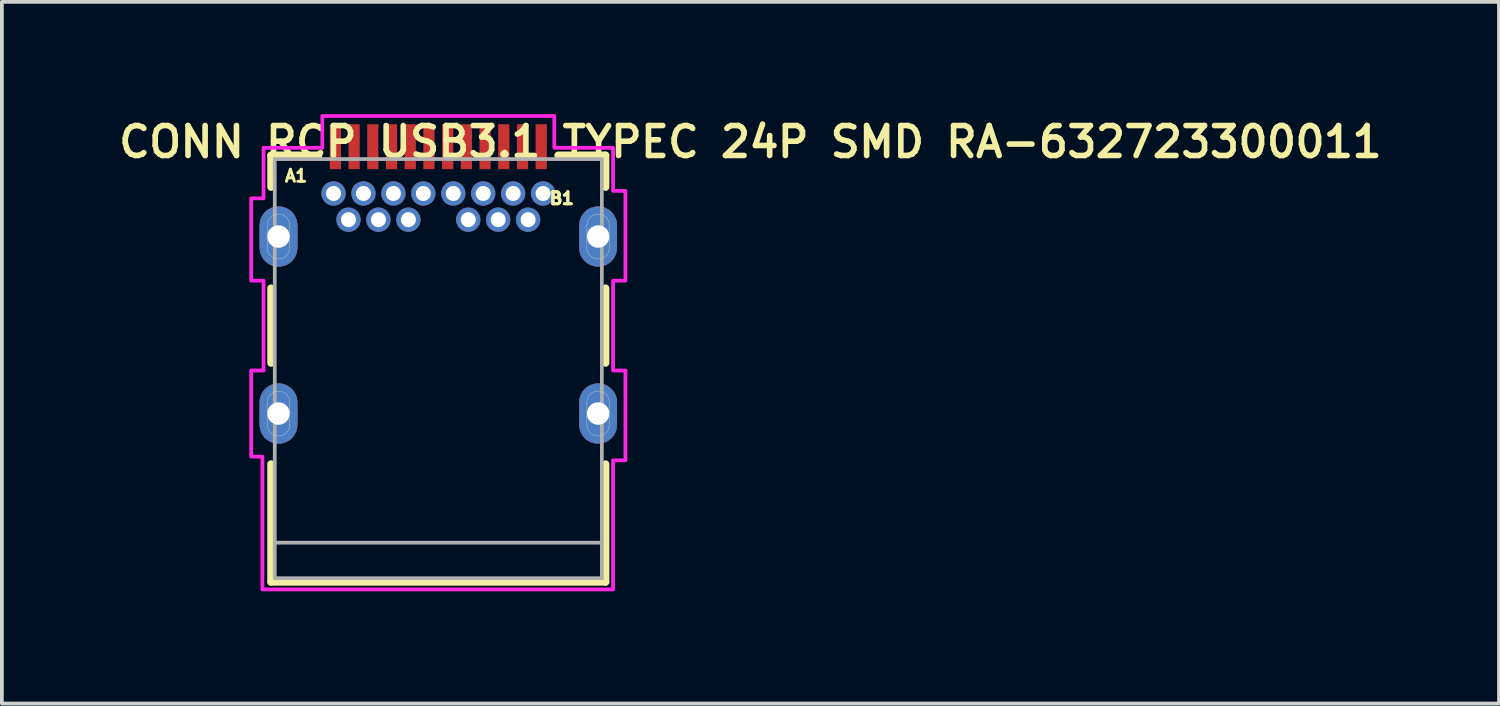
<source format=kicad_pcb>
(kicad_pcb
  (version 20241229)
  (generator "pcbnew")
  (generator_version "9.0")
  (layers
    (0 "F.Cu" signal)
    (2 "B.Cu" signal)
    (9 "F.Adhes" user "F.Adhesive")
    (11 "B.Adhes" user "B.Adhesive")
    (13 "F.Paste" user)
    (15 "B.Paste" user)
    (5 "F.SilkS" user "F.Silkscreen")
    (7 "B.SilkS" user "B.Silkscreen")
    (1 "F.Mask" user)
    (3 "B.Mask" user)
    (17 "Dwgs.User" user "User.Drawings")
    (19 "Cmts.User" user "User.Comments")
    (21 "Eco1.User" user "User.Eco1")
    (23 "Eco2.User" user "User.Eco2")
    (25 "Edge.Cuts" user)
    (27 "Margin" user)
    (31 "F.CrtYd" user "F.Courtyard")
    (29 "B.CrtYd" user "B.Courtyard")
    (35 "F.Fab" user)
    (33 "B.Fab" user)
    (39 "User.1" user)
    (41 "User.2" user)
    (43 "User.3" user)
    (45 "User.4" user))
  (footprint "CONN RCP USB3.1 TYPEC 24P SMD RA-632723300011"
    (layer "F.Cu")
    (at 8.662 6.8)
    (property "Reference" "CONN RCP USB3.1 TYPEC 24P SMD RA-632723300011" (at 8.34 -6.058 0) (layer "F.SilkS") (effects (font (size 0.8 0.8) (thickness 0.15))))
    (attr through_hole)
    (fp_poly (pts (xy -4.77 0.9) (xy -4.77 1.5) (xy -4.767 1.552) (xy -4.759 1.604) (xy -4.746 1.655) (xy -4.727 1.703) (xy -4.703 1.75) (xy -4.675 1.794) (xy -4.642 1.835) (xy -4.605 1.872) (xy -4.564 1.905) (xy -4.52 1.933) (xy -4.473 1.957) (xy -4.425 1.976) (xy -4.374 1.989) (xy -4.322 1.997) (xy -4.27 2) (xy -4.218 1.997) (xy -4.166 1.989) (xy -4.115 1.976) (xy -4.067 1.957) (xy -4.02 1.933) (xy -3.976 1.905) (xy -3.935 1.872) (xy -3.898 1.835) (xy -3.865 1.794) (xy -3.837 1.75) (xy -3.813 1.703) (xy -3.794 1.655) (xy -3.781 1.604) (xy -3.773 1.552) (xy -3.77 1.5) (xy -3.77 0.9) (xy -3.773 0.848) (xy -3.781 0.796) (xy -3.794 0.745) (xy -3.813 0.697) (xy -3.837 0.65) (xy -3.865 0.606) (xy -3.898 0.565) (xy -3.935 0.528) (xy -3.976 0.495) (xy -4.02 0.467) (xy -4.067 0.443) (xy -4.115 0.424) (xy -4.166 0.411) (xy -4.218 0.403) (xy -4.27 0.4) (xy -4.322 0.403) (xy -4.374 0.411) (xy -4.425 0.424) (xy -4.473 0.443) (xy -4.52 0.467) (xy -4.564 0.495) (xy -4.605 0.528) (xy -4.642 0.565) (xy -4.675 0.606) (xy -4.703 0.65) (xy -4.727 0.697) (xy -4.746 0.745) (xy -4.759 0.796) (xy -4.767 0.848) (xy -4.77 0.9)) (stroke (width 0.01) (type solid)) (fill yes) (layer "F.Cu"))
    (fp_poly (pts (xy -3.77 -3.23) (xy -3.773 -3.178) (xy -3.781 -3.126) (xy -3.794 -3.075) (xy -3.813 -3.027) (xy -3.837 -2.98) (xy -3.865 -2.936) (xy -3.898 -2.895) (xy -3.935 -2.858) (xy -3.976 -2.825) (xy -4.02 -2.797) (xy -4.067 -2.773) (xy -4.115 -2.754) (xy -4.166 -2.741) (xy -4.218 -2.733) (xy -4.27 -2.73) (xy -4.322 -2.733) (xy -4.374 -2.741) (xy -4.425 -2.754) (xy -4.473 -2.773) (xy -4.52 -2.797) (xy -4.564 -2.825) (xy -4.605 -2.858) (xy -4.642 -2.895) (xy -4.675 -2.936) (xy -4.703 -2.98) (xy -4.727 -3.027) (xy -4.746 -3.075) (xy -4.759 -3.126) (xy -4.767 -3.178) (xy -4.77 -3.23) (xy -4.77 -3.83) (xy -4.767 -3.882) (xy -4.759 -3.934) (xy -4.746 -3.985) (xy -4.727 -4.033) (xy -4.703 -4.08) (xy -4.675 -4.124) (xy -4.642 -4.165) (xy -4.605 -4.202) (xy -4.564 -4.235) (xy -4.52 -4.263) (xy -4.473 -4.287) (xy -4.425 -4.306) (xy -4.374 -4.319) (xy -4.322 -4.327) (xy -4.27 -4.33) (xy -4.218 -4.327) (xy -4.166 -4.319) (xy -4.115 -4.306) (xy -4.067 -4.287) (xy -4.02 -4.263) (xy -3.976 -4.235) (xy -3.935 -4.202) (xy -3.898 -4.165) (xy -3.865 -4.124) (xy -3.837 -4.08) (xy -3.813 -4.033) (xy -3.794 -3.985) (xy -3.781 -3.934) (xy -3.773 -3.882) (xy -3.77 -3.83) (xy -3.77 -3.23)) (stroke (width 0.01) (type solid)) (fill yes) (layer "F.Cu"))
    (fp_poly (pts (xy 3.77 0.9) (xy 3.77 1.5) (xy 3.773 1.552) (xy 3.781 1.604) (xy 3.794 1.655) (xy 3.813 1.703) (xy 3.837 1.75) (xy 3.865 1.794) (xy 3.898 1.835) (xy 3.935 1.872) (xy 3.976 1.905) (xy 4.02 1.933) (xy 4.067 1.957) (xy 4.115 1.976) (xy 4.166 1.989) (xy 4.218 1.997) (xy 4.27 2) (xy 4.322 1.997) (xy 4.374 1.989) (xy 4.425 1.976) (xy 4.473 1.957) (xy 4.52 1.933) (xy 4.564 1.905) (xy 4.605 1.872) (xy 4.642 1.835) (xy 4.675 1.794) (xy 4.703 1.75) (xy 4.727 1.703) (xy 4.746 1.655) (xy 4.759 1.604) (xy 4.767 1.552) (xy 4.77 1.5) (xy 4.77 0.9) (xy 4.767 0.848) (xy 4.759 0.796) (xy 4.746 0.745) (xy 4.727 0.697) (xy 4.703 0.65) (xy 4.675 0.606) (xy 4.642 0.565) (xy 4.605 0.528) (xy 4.564 0.495) (xy 4.52 0.467) (xy 4.473 0.443) (xy 4.425 0.424) (xy 4.374 0.411) (xy 4.322 0.403) (xy 4.27 0.4) (xy 4.218 0.403) (xy 4.166 0.411) (xy 4.115 0.424) (xy 4.067 0.443) (xy 4.02 0.467) (xy 3.976 0.495) (xy 3.935 0.528) (xy 3.898 0.565) (xy 3.865 0.606) (xy 3.837 0.65) (xy 3.813 0.697) (xy 3.794 0.745) (xy 3.781 0.796) (xy 3.773 0.848) (xy 3.77 0.9)) (stroke (width 0.01) (type solid)) (fill yes) (layer "F.Cu"))
    (fp_poly (pts (xy 4.77 -3.23) (xy 4.767 -3.178) (xy 4.759 -3.126) (xy 4.746 -3.075) (xy 4.727 -3.027) (xy 4.703 -2.98) (xy 4.675 -2.936) (xy 4.642 -2.895) (xy 4.605 -2.858) (xy 4.564 -2.825) (xy 4.52 -2.797) (xy 4.473 -2.773) (xy 4.425 -2.754) (xy 4.374 -2.741) (xy 4.322 -2.733) (xy 4.27 -2.73) (xy 4.218 -2.733) (xy 4.166 -2.741) (xy 4.115 -2.754) (xy 4.067 -2.773) (xy 4.02 -2.797) (xy 3.976 -2.825) (xy 3.935 -2.858) (xy 3.898 -2.895) (xy 3.865 -2.936) (xy 3.837 -2.98) (xy 3.813 -3.027) (xy 3.794 -3.075) (xy 3.781 -3.126) (xy 3.773 -3.178) (xy 3.77 -3.23) (xy 3.77 -3.83) (xy 3.773 -3.882) (xy 3.781 -3.934) (xy 3.794 -3.985) (xy 3.813 -4.033) (xy 3.837 -4.08) (xy 3.865 -4.124) (xy 3.898 -4.165) (xy 3.935 -4.202) (xy 3.976 -4.235) (xy 4.02 -4.263) (xy 4.067 -4.287) (xy 4.115 -4.306) (xy 4.166 -4.319) (xy 4.218 -4.327) (xy 4.27 -4.33) (xy 4.322 -4.327) (xy 4.374 -4.319) (xy 4.425 -4.306) (xy 4.473 -4.287) (xy 4.52 -4.263) (xy 4.564 -4.235) (xy 4.605 -4.202) (xy 4.642 -4.165) (xy 4.675 -4.124) (xy 4.703 -4.08) (xy 4.727 -4.033) (xy 4.746 -3.985) (xy 4.759 -3.934) (xy 4.767 -3.882) (xy 4.77 -3.83) (xy 4.77 -3.23)) (stroke (width 0.01) (type solid)) (fill yes) (layer "F.Cu"))
    (fp_poly (pts (xy -4.87 0.9) (xy -4.87 1.5) (xy -4.867 1.563) (xy -4.857 1.625) (xy -4.841 1.685) (xy -4.818 1.744) (xy -4.79 1.8) (xy -4.755 1.853) (xy -4.716 1.901) (xy -4.671 1.946) (xy -4.623 1.985) (xy -4.57 2.02) (xy -4.514 2.048) (xy -4.455 2.071) (xy -4.395 2.087) (xy -4.333 2.097) (xy -4.27 2.1) (xy -4.207 2.097) (xy -4.145 2.087) (xy -4.085 2.071) (xy -4.026 2.048) (xy -3.97 2.02) (xy -3.917 1.985) (xy -3.869 1.946) (xy -3.824 1.901) (xy -3.785 1.853) (xy -3.75 1.8) (xy -3.722 1.744) (xy -3.699 1.685) (xy -3.683 1.625) (xy -3.673 1.563) (xy -3.67 1.5) (xy -3.67 0.9) (xy -3.673 0.837) (xy -3.683 0.775) (xy -3.699 0.715) (xy -3.722 0.656) (xy -3.75 0.6) (xy -3.785 0.547) (xy -3.824 0.499) (xy -3.869 0.454) (xy -3.917 0.415) (xy -3.97 0.38) (xy -4.026 0.352) (xy -4.085 0.329) (xy -4.145 0.313) (xy -4.207 0.303) (xy -4.27 0.3) (xy -4.333 0.303) (xy -4.395 0.313) (xy -4.455 0.329) (xy -4.514 0.352) (xy -4.57 0.38) (xy -4.623 0.415) (xy -4.671 0.454) (xy -4.716 0.499) (xy -4.755 0.547) (xy -4.79 0.6) (xy -4.818 0.656) (xy -4.841 0.715) (xy -4.857 0.775) (xy -4.867 0.837) (xy -4.87 0.9)) (stroke (width 0.01) (type solid)) (fill yes) (layer "F.Mask"))
    (fp_poly (pts (xy -3.67 -3.23) (xy -3.673 -3.167) (xy -3.683 -3.105) (xy -3.699 -3.045) (xy -3.722 -2.986) (xy -3.75 -2.93) (xy -3.785 -2.877) (xy -3.824 -2.829) (xy -3.869 -2.784) (xy -3.917 -2.745) (xy -3.97 -2.71) (xy -4.026 -2.682) (xy -4.085 -2.659) (xy -4.145 -2.643) (xy -4.207 -2.633) (xy -4.27 -2.63) (xy -4.333 -2.633) (xy -4.395 -2.643) (xy -4.455 -2.659) (xy -4.514 -2.682) (xy -4.57 -2.71) (xy -4.623 -2.745) (xy -4.671 -2.784) (xy -4.716 -2.829) (xy -4.755 -2.877) (xy -4.79 -2.93) (xy -4.818 -2.986) (xy -4.841 -3.045) (xy -4.857 -3.105) (xy -4.867 -3.167) (xy -4.87 -3.23) (xy -4.87 -3.83) (xy -4.867 -3.893) (xy -4.857 -3.955) (xy -4.841 -4.015) (xy -4.818 -4.074) (xy -4.79 -4.13) (xy -4.755 -4.183) (xy -4.716 -4.231) (xy -4.671 -4.276) (xy -4.623 -4.315) (xy -4.57 -4.35) (xy -4.514 -4.378) (xy -4.455 -4.401) (xy -4.395 -4.417) (xy -4.333 -4.427) (xy -4.27 -4.43) (xy -4.207 -4.427) (xy -4.145 -4.417) (xy -4.085 -4.401) (xy -4.026 -4.378) (xy -3.97 -4.35) (xy -3.917 -4.315) (xy -3.869 -4.276) (xy -3.824 -4.231) (xy -3.785 -4.183) (xy -3.75 -4.13) (xy -3.722 -4.074) (xy -3.699 -4.015) (xy -3.683 -3.955) (xy -3.673 -3.893) (xy -3.67 -3.83) (xy -3.67 -3.23)) (stroke (width 0.01) (type solid)) (fill yes) (layer "F.Mask"))
    (fp_poly (pts (xy 3.67 0.9) (xy 3.67 1.5) (xy 3.673 1.563) (xy 3.683 1.625) (xy 3.699 1.685) (xy 3.722 1.744) (xy 3.75 1.8) (xy 3.785 1.853) (xy 3.824 1.901) (xy 3.869 1.946) (xy 3.917 1.985) (xy 3.97 2.02) (xy 4.026 2.048) (xy 4.085 2.071) (xy 4.145 2.087) (xy 4.207 2.097) (xy 4.27 2.1) (xy 4.333 2.097) (xy 4.395 2.087) (xy 4.455 2.071) (xy 4.514 2.048) (xy 4.57 2.02) (xy 4.623 1.985) (xy 4.671 1.946) (xy 4.716 1.901) (xy 4.755 1.853) (xy 4.79 1.8) (xy 4.818 1.744) (xy 4.841 1.685) (xy 4.857 1.625) (xy 4.867 1.563) (xy 4.87 1.5) (xy 4.87 0.9) (xy 4.867 0.837) (xy 4.857 0.775) (xy 4.841 0.715) (xy 4.818 0.656) (xy 4.79 0.6) (xy 4.755 0.547) (xy 4.716 0.499) (xy 4.671 0.454) (xy 4.623 0.415) (xy 4.57 0.38) (xy 4.514 0.352) (xy 4.455 0.329) (xy 4.395 0.313) (xy 4.333 0.303) (xy 4.27 0.3) (xy 4.207 0.303) (xy 4.145 0.313) (xy 4.085 0.329) (xy 4.026 0.352) (xy 3.97 0.38) (xy 3.917 0.415) (xy 3.869 0.454) (xy 3.824 0.499) (xy 3.785 0.547) (xy 3.75 0.6) (xy 3.722 0.656) (xy 3.699 0.715) (xy 3.683 0.775) (xy 3.673 0.837) (xy 3.67 0.9)) (stroke (width 0.01) (type solid)) (fill yes) (layer "F.Mask"))
    (fp_poly (pts (xy 4.87 -3.23) (xy 4.867 -3.167) (xy 4.857 -3.105) (xy 4.841 -3.045) (xy 4.818 -2.986) (xy 4.79 -2.93) (xy 4.755 -2.877) (xy 4.716 -2.829) (xy 4.671 -2.784) (xy 4.623 -2.745) (xy 4.57 -2.71) (xy 4.514 -2.682) (xy 4.455 -2.659) (xy 4.395 -2.643) (xy 4.333 -2.633) (xy 4.27 -2.63) (xy 4.207 -2.633) (xy 4.145 -2.643) (xy 4.085 -2.659) (xy 4.026 -2.682) (xy 3.97 -2.71) (xy 3.917 -2.745) (xy 3.869 -2.784) (xy 3.824 -2.829) (xy 3.785 -2.877) (xy 3.75 -2.93) (xy 3.722 -2.986) (xy 3.699 -3.045) (xy 3.683 -3.105) (xy 3.673 -3.167) (xy 3.67 -3.23) (xy 3.67 -3.83) (xy 3.673 -3.893) (xy 3.683 -3.955) (xy 3.699 -4.015) (xy 3.722 -4.074) (xy 3.75 -4.13) (xy 3.785 -4.183) (xy 3.824 -4.231) (xy 3.869 -4.276) (xy 3.917 -4.315) (xy 3.97 -4.35) (xy 4.026 -4.378) (xy 4.085 -4.401) (xy 4.145 -4.417) (xy 4.207 -4.427) (xy 4.27 -4.43) (xy 4.333 -4.427) (xy 4.395 -4.417) (xy 4.455 -4.401) (xy 4.514 -4.378) (xy 4.57 -4.35) (xy 4.623 -4.315) (xy 4.671 -4.276) (xy 4.716 -4.231) (xy 4.755 -4.183) (xy 4.79 -4.13) (xy 4.818 -4.074) (xy 4.841 -4.015) (xy 4.857 -3.955) (xy 4.867 -3.893) (xy 4.87 -3.83) (xy 4.87 -3.23)) (stroke (width 0.01) (type solid)) (fill yes) (layer "F.Mask"))
    (fp_poly (pts (xy -4.77 0.9) (xy -4.77 1.5) (xy -4.767 1.552) (xy -4.759 1.604) (xy -4.746 1.655) (xy -4.727 1.703) (xy -4.703 1.75) (xy -4.675 1.794) (xy -4.642 1.835) (xy -4.605 1.872) (xy -4.564 1.905) (xy -4.52 1.933) (xy -4.473 1.957) (xy -4.425 1.976) (xy -4.374 1.989) (xy -4.322 1.997) (xy -4.27 2) (xy -4.218 1.997) (xy -4.166 1.989) (xy -4.115 1.976) (xy -4.067 1.957) (xy -4.02 1.933) (xy -3.976 1.905) (xy -3.935 1.872) (xy -3.898 1.835) (xy -3.865 1.794) (xy -3.837 1.75) (xy -3.813 1.703) (xy -3.794 1.655) (xy -3.781 1.604) (xy -3.773 1.552) (xy -3.77 1.5) (xy -3.77 0.9) (xy -3.773 0.848) (xy -3.781 0.796) (xy -3.794 0.745) (xy -3.813 0.697) (xy -3.837 0.65) (xy -3.865 0.606) (xy -3.898 0.565) (xy -3.935 0.528) (xy -3.976 0.495) (xy -4.02 0.467) (xy -4.067 0.443) (xy -4.115 0.424) (xy -4.166 0.411) (xy -4.218 0.403) (xy -4.27 0.4) (xy -4.322 0.403) (xy -4.374 0.411) (xy -4.425 0.424) (xy -4.473 0.443) (xy -4.52 0.467) (xy -4.564 0.495) (xy -4.605 0.528) (xy -4.642 0.565) (xy -4.675 0.606) (xy -4.703 0.65) (xy -4.727 0.697) (xy -4.746 0.745) (xy -4.759 0.796) (xy -4.767 0.848) (xy -4.77 0.9)) (stroke (width 0.01) (type solid)) (fill yes) (layer "B.Cu"))
    (fp_poly (pts (xy -3.77 -3.23) (xy -3.773 -3.178) (xy -3.781 -3.126) (xy -3.794 -3.075) (xy -3.813 -3.027) (xy -3.837 -2.98) (xy -3.865 -2.936) (xy -3.898 -2.895) (xy -3.935 -2.858) (xy -3.976 -2.825) (xy -4.02 -2.797) (xy -4.067 -2.773) (xy -4.115 -2.754) (xy -4.166 -2.741) (xy -4.218 -2.733) (xy -4.27 -2.73) (xy -4.322 -2.733) (xy -4.374 -2.741) (xy -4.425 -2.754) (xy -4.473 -2.773) (xy -4.52 -2.797) (xy -4.564 -2.825) (xy -4.605 -2.858) (xy -4.642 -2.895) (xy -4.675 -2.936) (xy -4.703 -2.98) (xy -4.727 -3.027) (xy -4.746 -3.075) (xy -4.759 -3.126) (xy -4.767 -3.178) (xy -4.77 -3.23) (xy -4.77 -3.83) (xy -4.767 -3.882) (xy -4.759 -3.934) (xy -4.746 -3.985) (xy -4.727 -4.033) (xy -4.703 -4.08) (xy -4.675 -4.124) (xy -4.642 -4.165) (xy -4.605 -4.202) (xy -4.564 -4.235) (xy -4.52 -4.263) (xy -4.473 -4.287) (xy -4.425 -4.306) (xy -4.374 -4.319) (xy -4.322 -4.327) (xy -4.27 -4.33) (xy -4.218 -4.327) (xy -4.166 -4.319) (xy -4.115 -4.306) (xy -4.067 -4.287) (xy -4.02 -4.263) (xy -3.976 -4.235) (xy -3.935 -4.202) (xy -3.898 -4.165) (xy -3.865 -4.124) (xy -3.837 -4.08) (xy -3.813 -4.033) (xy -3.794 -3.985) (xy -3.781 -3.934) (xy -3.773 -3.882) (xy -3.77 -3.83) (xy -3.77 -3.23)) (stroke (width 0.01) (type solid)) (fill yes) (layer "B.Cu"))
    (fp_poly (pts (xy 3.77 0.9) (xy 3.77 1.5) (xy 3.773 1.552) (xy 3.781 1.604) (xy 3.794 1.655) (xy 3.813 1.703) (xy 3.837 1.75) (xy 3.865 1.794) (xy 3.898 1.835) (xy 3.935 1.872) (xy 3.976 1.905) (xy 4.02 1.933) (xy 4.067 1.957) (xy 4.115 1.976) (xy 4.166 1.989) (xy 4.218 1.997) (xy 4.27 2) (xy 4.322 1.997) (xy 4.374 1.989) (xy 4.425 1.976) (xy 4.473 1.957) (xy 4.52 1.933) (xy 4.564 1.905) (xy 4.605 1.872) (xy 4.642 1.835) (xy 4.675 1.794) (xy 4.703 1.75) (xy 4.727 1.703) (xy 4.746 1.655) (xy 4.759 1.604) (xy 4.767 1.552) (xy 4.77 1.5) (xy 4.77 0.9) (xy 4.767 0.848) (xy 4.759 0.796) (xy 4.746 0.745) (xy 4.727 0.697) (xy 4.703 0.65) (xy 4.675 0.606) (xy 4.642 0.565) (xy 4.605 0.528) (xy 4.564 0.495) (xy 4.52 0.467) (xy 4.473 0.443) (xy 4.425 0.424) (xy 4.374 0.411) (xy 4.322 0.403) (xy 4.27 0.4) (xy 4.218 0.403) (xy 4.166 0.411) (xy 4.115 0.424) (xy 4.067 0.443) (xy 4.02 0.467) (xy 3.976 0.495) (xy 3.935 0.528) (xy 3.898 0.565) (xy 3.865 0.606) (xy 3.837 0.65) (xy 3.813 0.697) (xy 3.794 0.745) (xy 3.781 0.796) (xy 3.773 0.848) (xy 3.77 0.9)) (stroke (width 0.01) (type solid)) (fill yes) (layer "B.Cu"))
    (fp_poly (pts (xy 4.77 -3.23) (xy 4.767 -3.178) (xy 4.759 -3.126) (xy 4.746 -3.075) (xy 4.727 -3.027) (xy 4.703 -2.98) (xy 4.675 -2.936) (xy 4.642 -2.895) (xy 4.605 -2.858) (xy 4.564 -2.825) (xy 4.52 -2.797) (xy 4.473 -2.773) (xy 4.425 -2.754) (xy 4.374 -2.741) (xy 4.322 -2.733) (xy 4.27 -2.73) (xy 4.218 -2.733) (xy 4.166 -2.741) (xy 4.115 -2.754) (xy 4.067 -2.773) (xy 4.02 -2.797) (xy 3.976 -2.825) (xy 3.935 -2.858) (xy 3.898 -2.895) (xy 3.865 -2.936) (xy 3.837 -2.98) (xy 3.813 -3.027) (xy 3.794 -3.075) (xy 3.781 -3.126) (xy 3.773 -3.178) (xy 3.77 -3.23) (xy 3.77 -3.83) (xy 3.773 -3.882) (xy 3.781 -3.934) (xy 3.794 -3.985) (xy 3.813 -4.033) (xy 3.837 -4.08) (xy 3.865 -4.124) (xy 3.898 -4.165) (xy 3.935 -4.202) (xy 3.976 -4.235) (xy 4.02 -4.263) (xy 4.067 -4.287) (xy 4.115 -4.306) (xy 4.166 -4.319) (xy 4.218 -4.327) (xy 4.27 -4.33) (xy 4.322 -4.327) (xy 4.374 -4.319) (xy 4.425 -4.306) (xy 4.473 -4.287) (xy 4.52 -4.263) (xy 4.564 -4.235) (xy 4.605 -4.202) (xy 4.642 -4.165) (xy 4.675 -4.124) (xy 4.703 -4.08) (xy 4.727 -4.033) (xy 4.746 -3.985) (xy 4.759 -3.934) (xy 4.767 -3.882) (xy 4.77 -3.83) (xy 4.77 -3.23)) (stroke (width 0.01) (type solid)) (fill yes) (layer "B.Cu"))
    (fp_poly (pts (xy -4.87 0.9) (xy -4.87 1.5) (xy -4.867 1.563) (xy -4.857 1.625) (xy -4.841 1.685) (xy -4.818 1.744) (xy -4.79 1.8) (xy -4.755 1.853) (xy -4.716 1.901) (xy -4.671 1.946) (xy -4.623 1.985) (xy -4.57 2.02) (xy -4.514 2.048) (xy -4.455 2.071) (xy -4.395 2.087) (xy -4.333 2.097) (xy -4.27 2.1) (xy -4.207 2.097) (xy -4.145 2.087) (xy -4.085 2.071) (xy -4.026 2.048) (xy -3.97 2.02) (xy -3.917 1.985) (xy -3.869 1.946) (xy -3.824 1.901) (xy -3.785 1.853) (xy -3.75 1.8) (xy -3.722 1.744) (xy -3.699 1.685) (xy -3.683 1.625) (xy -3.673 1.563) (xy -3.67 1.5) (xy -3.67 0.9) (xy -3.673 0.837) (xy -3.683 0.775) (xy -3.699 0.715) (xy -3.722 0.656) (xy -3.75 0.6) (xy -3.785 0.547) (xy -3.824 0.499) (xy -3.869 0.454) (xy -3.917 0.415) (xy -3.97 0.38) (xy -4.026 0.352) (xy -4.085 0.329) (xy -4.145 0.313) (xy -4.207 0.303) (xy -4.27 0.3) (xy -4.333 0.303) (xy -4.395 0.313) (xy -4.455 0.329) (xy -4.514 0.352) (xy -4.57 0.38) (xy -4.623 0.415) (xy -4.671 0.454) (xy -4.716 0.499) (xy -4.755 0.547) (xy -4.79 0.6) (xy -4.818 0.656) (xy -4.841 0.715) (xy -4.857 0.775) (xy -4.867 0.837) (xy -4.87 0.9)) (stroke (width 0.01) (type solid)) (fill yes) (layer "B.Mask"))
    (fp_poly (pts (xy -3.67 -3.23) (xy -3.673 -3.167) (xy -3.683 -3.105) (xy -3.699 -3.045) (xy -3.722 -2.986) (xy -3.75 -2.93) (xy -3.785 -2.877) (xy -3.824 -2.829) (xy -3.869 -2.784) (xy -3.917 -2.745) (xy -3.97 -2.71) (xy -4.026 -2.682) (xy -4.085 -2.659) (xy -4.145 -2.643) (xy -4.207 -2.633) (xy -4.27 -2.63) (xy -4.333 -2.633) (xy -4.395 -2.643) (xy -4.455 -2.659) (xy -4.514 -2.682) (xy -4.57 -2.71) (xy -4.623 -2.745) (xy -4.671 -2.784) (xy -4.716 -2.829) (xy -4.755 -2.877) (xy -4.79 -2.93) (xy -4.818 -2.986) (xy -4.841 -3.045) (xy -4.857 -3.105) (xy -4.867 -3.167) (xy -4.87 -3.23) (xy -4.87 -3.83) (xy -4.867 -3.893) (xy -4.857 -3.955) (xy -4.841 -4.015) (xy -4.818 -4.074) (xy -4.79 -4.13) (xy -4.755 -4.183) (xy -4.716 -4.231) (xy -4.671 -4.276) (xy -4.623 -4.315) (xy -4.57 -4.35) (xy -4.514 -4.378) (xy -4.455 -4.401) (xy -4.395 -4.417) (xy -4.333 -4.427) (xy -4.27 -4.43) (xy -4.207 -4.427) (xy -4.145 -4.417) (xy -4.085 -4.401) (xy -4.026 -4.378) (xy -3.97 -4.35) (xy -3.917 -4.315) (xy -3.869 -4.276) (xy -3.824 -4.231) (xy -3.785 -4.183) (xy -3.75 -4.13) (xy -3.722 -4.074) (xy -3.699 -4.015) (xy -3.683 -3.955) (xy -3.673 -3.893) (xy -3.67 -3.83) (xy -3.67 -3.23)) (stroke (width 0.01) (type solid)) (fill yes) (layer "B.Mask"))
    (fp_poly (pts (xy 3.67 0.9) (xy 3.67 1.5) (xy 3.673 1.563) (xy 3.683 1.625) (xy 3.699 1.685) (xy 3.722 1.744) (xy 3.75 1.8) (xy 3.785 1.853) (xy 3.824 1.901) (xy 3.869 1.946) (xy 3.917 1.985) (xy 3.97 2.02) (xy 4.026 2.048) (xy 4.085 2.071) (xy 4.145 2.087) (xy 4.207 2.097) (xy 4.27 2.1) (xy 4.333 2.097) (xy 4.395 2.087) (xy 4.455 2.071) (xy 4.514 2.048) (xy 4.57 2.02) (xy 4.623 1.985) (xy 4.671 1.946) (xy 4.716 1.901) (xy 4.755 1.853) (xy 4.79 1.8) (xy 4.818 1.744) (xy 4.841 1.685) (xy 4.857 1.625) (xy 4.867 1.563) (xy 4.87 1.5) (xy 4.87 0.9) (xy 4.867 0.837) (xy 4.857 0.775) (xy 4.841 0.715) (xy 4.818 0.656) (xy 4.79 0.6) (xy 4.755 0.547) (xy 4.716 0.499) (xy 4.671 0.454) (xy 4.623 0.415) (xy 4.57 0.38) (xy 4.514 0.352) (xy 4.455 0.329) (xy 4.395 0.313) (xy 4.333 0.303) (xy 4.27 0.3) (xy 4.207 0.303) (xy 4.145 0.313) (xy 4.085 0.329) (xy 4.026 0.352) (xy 3.97 0.38) (xy 3.917 0.415) (xy 3.869 0.454) (xy 3.824 0.499) (xy 3.785 0.547) (xy 3.75 0.6) (xy 3.722 0.656) (xy 3.699 0.715) (xy 3.683 0.775) (xy 3.673 0.837) (xy 3.67 0.9)) (stroke (width 0.01) (type solid)) (fill yes) (layer "B.Mask"))
    (fp_poly (pts (xy 4.87 -3.23) (xy 4.867 -3.167) (xy 4.857 -3.105) (xy 4.841 -3.045) (xy 4.818 -2.986) (xy 4.79 -2.93) (xy 4.755 -2.877) (xy 4.716 -2.829) (xy 4.671 -2.784) (xy 4.623 -2.745) (xy 4.57 -2.71) (xy 4.514 -2.682) (xy 4.455 -2.659) (xy 4.395 -2.643) (xy 4.333 -2.633) (xy 4.27 -2.63) (xy 4.207 -2.633) (xy 4.145 -2.643) (xy 4.085 -2.659) (xy 4.026 -2.682) (xy 3.97 -2.71) (xy 3.917 -2.745) (xy 3.869 -2.784) (xy 3.824 -2.829) (xy 3.785 -2.877) (xy 3.75 -2.93) (xy 3.722 -2.986) (xy 3.699 -3.045) (xy 3.683 -3.105) (xy 3.673 -3.167) (xy 3.67 -3.23) (xy 3.67 -3.83) (xy 3.673 -3.893) (xy 3.683 -3.955) (xy 3.699 -4.015) (xy 3.722 -4.074) (xy 3.75 -4.13) (xy 3.785 -4.183) (xy 3.824 -4.231) (xy 3.869 -4.276) (xy 3.917 -4.315) (xy 3.97 -4.35) (xy 4.026 -4.378) (xy 4.085 -4.401) (xy 4.145 -4.417) (xy 4.207 -4.427) (xy 4.27 -4.43) (xy 4.333 -4.427) (xy 4.395 -4.417) (xy 4.455 -4.401) (xy 4.514 -4.378) (xy 4.57 -4.35) (xy 4.623 -4.315) (xy 4.671 -4.276) (xy 4.716 -4.231) (xy 4.755 -4.183) (xy 4.79 -4.13) (xy 4.818 -4.074) (xy 4.841 -4.015) (xy 4.857 -3.955) (xy 4.867 -3.893) (xy 4.87 -3.83) (xy 4.87 -3.23)) (stroke (width 0.01) (type solid)) (fill yes) (layer "B.Mask"))
    (fp_line (start -4.47 -5.7) (end -4.47 -4.85) (stroke (width 0.2) (type solid)) (layer "F.SilkS"))
    (fp_line (start -4.47 -2.15) (end -4.47 -0.15) (stroke (width 0.2) (type solid)) (layer "F.SilkS"))
    (fp_line (start -4.47 2.55) (end -4.47 5.7) (stroke (width 0.2) (type solid)) (layer "F.SilkS"))
    (fp_line (start -4.47 5.7) (end 4.47 5.7) (stroke (width 0.2) (type solid)) (layer "F.SilkS"))
    (fp_line (start -3.2 -5.7) (end -4.47 -5.7) (stroke (width 0.2) (type solid)) (layer "F.SilkS"))
    (fp_line (start 3.2 -5.7) (end 4.47 -5.7) (stroke (width 0.2) (type solid)) (layer "F.SilkS"))
    (fp_line (start 4.47 -5.7) (end 4.47 -4.85) (stroke (width 0.2) (type solid)) (layer "F.SilkS"))
    (fp_line (start 4.47 -0.15) (end 4.47 -2.15) (stroke (width 0.2) (type solid)) (layer "F.SilkS"))
    (fp_line (start 4.47 5.7) (end 4.47 2.55) (stroke (width 0.2) (type solid)) (layer "F.SilkS"))
    (fp_line (start -4.57 -3.23) (end -4.57 -3.83) (stroke (width 0.01) (type solid)) (layer "Edge.Cuts"))
    (fp_line (start -4.57 0.9) (end -4.57 1.5) (stroke (width 0.01) (type solid)) (layer "Edge.Cuts"))
    (fp_line (start -3.97 -3.83) (end -3.97 -3.23) (stroke (width 0.01) (type solid)) (layer "Edge.Cuts"))
    (fp_line (start -3.97 1.5) (end -3.97 0.9) (stroke (width 0.01) (type solid)) (layer "Edge.Cuts"))
    (fp_line (start 3.97 -3.83) (end 3.97 -3.23) (stroke (width 0.01) (type solid)) (layer "Edge.Cuts"))
    (fp_line (start 3.97 0.9) (end 3.97 1.5) (stroke (width 0.01) (type solid)) (layer "Edge.Cuts"))
    (fp_line (start 4.57 -3.23) (end 4.57 -3.83) (stroke (width 0.01) (type solid)) (layer "Edge.Cuts"))
    (fp_line (start 4.57 1.5) (end 4.57 0.9) (stroke (width 0.01) (type solid)) (layer "Edge.Cuts"))
    (fp_arc (start -4.57 -3.83) (mid -4.27 -4.13) (end -3.97 -3.83) (stroke (width 0.01) (type solid)) (layer "Edge.Cuts"))
    (fp_arc (start -4.57 0.9) (mid -4.27 0.6) (end -3.97 0.9) (stroke (width 0.01) (type solid)) (layer "Edge.Cuts"))
    (fp_arc (start -3.97 -3.23) (mid -4.27 -2.93) (end -4.57 -3.23) (stroke (width 0.01) (type solid)) (layer "Edge.Cuts"))
    (fp_arc (start -3.97 1.5) (mid -4.27 1.8) (end -4.57 1.5) (stroke (width 0.01) (type solid)) (layer "Edge.Cuts"))
    (fp_arc (start 3.97 -3.83) (mid 4.27 -4.13) (end 4.57 -3.83) (stroke (width 0.01) (type solid)) (layer "Edge.Cuts"))
    (fp_arc (start 3.97 0.9) (mid 4.27 0.6) (end 4.57 0.9) (stroke (width 0.01) (type solid)) (layer "Edge.Cuts"))
    (fp_arc (start 4.57 -3.23) (mid 4.27 -2.93) (end 3.97 -3.23) (stroke (width 0.01) (type solid)) (layer "Edge.Cuts"))
    (fp_arc (start 4.57 1.5) (mid 4.27 1.8) (end 3.97 1.5) (stroke (width 0.01) (type solid)) (layer "Edge.Cuts"))
    (fp_poly (pts (xy -3.1 -6.75) (xy 3.1 -6.75) (xy 3.1 -5.9) (xy 4.67 -5.9) (xy 4.67 -4.75) (xy 5 -4.75) (xy 5 -2.35) (xy 4.67 -2.35) (xy 4.67 0.05) (xy 5 0.05) (xy 5 2.45) (xy 4.67 2.45) (xy 4.67 5.9) (xy -4.7 5.9) (xy -4.7 2.35) (xy -5 2.35) (xy -5 0.05) (xy -4.67 0.05) (xy -4.67 -2.35) (xy -5 -2.35) (xy -5 -4.55) (xy -4.67 -4.55) (xy -4.67 -5.9) (xy -3.1 -5.9)) (stroke (width 0.1) (type solid)) (fill no) (layer "F.CrtYd"))
    (fp_line (start -4.37 -5.6) (end 4.37 -5.6) (stroke (width 0.1) (type solid)) (layer "F.Fab"))
    (fp_line (start -4.37 4.65) (end -4.37 -5.6) (stroke (width 0.1) (type solid)) (layer "F.Fab"))
    (fp_line (start -4.37 4.65) (end 4.37 4.65) (stroke (width 0.1) (type solid)) (layer "F.Fab"))
    (fp_line (start -4.37 5.6) (end -4.37 4.65) (stroke (width 0.1) (type solid)) (layer "F.Fab"))
    (fp_line (start 4.37 -5.6) (end 4.37 4.65) (stroke (width 0.1) (type solid)) (layer "F.Fab"))
    (fp_line (start 4.37 4.65) (end 4.37 5.6) (stroke (width 0.1) (type solid)) (layer "F.Fab"))
    (fp_line (start 4.37 5.6) (end -4.37 5.6) (stroke (width 0.1) (type solid)) (layer "F.Fab"))
    (fp_text user "A1" (at -3.8 -5.15 0) (layer "F.SilkS") (effects (font (size 0.32 0.32) (thickness 0.15))))
    (fp_text user "B1" (at 3.3 -4.55 0) (layer "F.SilkS") (effects (font (size 0.32 0.32) (thickness 0.15))))
    (fp_text user "B1" (at 3.3 -4.55 0) (layer "F.SilkS") (effects (font (size 0.32 0.32) (thickness 0.15))))
    (fp_text user "PCB cutout area" (at 4.31 1.73 0) (layer "Edge.Cuts") (effects (font (size 0.079 0.079) (thickness 0.15))))
    (fp_text user "PCB cutout area" (at -4.23 -3 0) (layer "Edge.Cuts") (effects (font (size 0.079 0.079) (thickness 0.15))))
    (fp_text user "PCB cutout area" (at -4.23 1.73 0) (layer "Edge.Cuts") (effects (font (size 0.079 0.079) (thickness 0.15))))
    (fp_text user "PCB cutout area" (at 4.31 -3 0) (layer "Edge.Cuts") (effects (font (size 0.079 0.079) (thickness 0.15))))
    (pad "A1" smd rect (at -2.75 -5.93) (size 0.3 1.2) (layers "F.Cu" "F.Mask" "F.Paste"))
    (pad "A2" smd rect (at -2.25 -5.93) (size 0.3 1.2) (layers "F.Cu" "F.Mask" "F.Paste"))
    (pad "A3" smd rect (at -1.75 -5.93) (size 0.3 1.2) (layers "F.Cu" "F.Mask" "F.Paste"))
    (pad "A4" smd rect (at -1.25 -5.93) (size 0.3 1.2) (layers "F.Cu" "F.Mask" "F.Paste"))
    (pad "A5" smd rect (at -0.75 -5.93) (size 0.3 1.2) (layers "F.Cu" "F.Mask" "F.Paste"))
    (pad "A6" smd rect (at -0.25 -5.93) (size 0.3 1.2) (layers "F.Cu" "F.Mask" "F.Paste"))
    (pad "A7" smd rect (at 0.25 -5.93) (size 0.3 1.2) (layers "F.Cu" "F.Mask" "F.Paste"))
    (pad "A8" smd rect (at 0.75 -5.93) (size 0.3 1.2) (layers "F.Cu" "F.Mask" "F.Paste"))
    (pad "A9" smd rect (at 1.25 -5.93) (size 0.3 1.2) (layers "F.Cu" "F.Mask" "F.Paste"))
    (pad "A10" smd rect (at 1.75 -5.93) (size 0.3 1.2) (layers "F.Cu" "F.Mask" "F.Paste"))
    (pad "A11" smd rect (at 2.25 -5.93) (size 0.3 1.2) (layers "F.Cu" "F.Mask" "F.Paste"))
    (pad "A12" smd rect (at 2.75 -5.93) (size 0.3 1.2) (layers "F.Cu" "F.Mask" "F.Paste"))
    (pad "B1" thru_hole circle (at 2.8 -4.68) (size 0.65 0.65) (drill 0.4) (layers "*.Cu" "*.Mask"))
    (pad "B2" thru_hole circle (at 2.4 -3.98) (size 0.65 0.65) (drill 0.4) (layers "*.Cu" "*.Mask"))
    (pad "B3" thru_hole circle (at 1.6 -3.98) (size 0.65 0.65) (drill 0.4) (layers "*.Cu" "*.Mask"))
    (pad "B4" thru_hole circle (at 1.2 -4.68) (size 0.65 0.65) (drill 0.4) (layers "*.Cu" "*.Mask"))
    (pad "B5" thru_hole circle (at 0.8 -3.98) (size 0.65 0.65) (drill 0.4) (layers "*.Cu" "*.Mask"))
    (pad "B6" thru_hole circle (at 0.4 -4.68) (size 0.65 0.65) (drill 0.4) (layers "*.Cu" "*.Mask"))
    (pad "B7" thru_hole circle (at -0.4 -4.68) (size 0.65 0.65) (drill 0.4) (layers "*.Cu" "*.Mask"))
    (pad "B8" thru_hole circle (at -0.8 -3.98) (size 0.65 0.65) (drill 0.4) (layers "*.Cu" "*.Mask"))
    (pad "B9" thru_hole circle (at -1.2 -4.68) (size 0.65 0.65) (drill 0.4) (layers "*.Cu" "*.Mask"))
    (pad "B10" thru_hole circle (at -1.6 -3.98) (size 0.65 0.65) (drill 0.4) (layers "*.Cu" "*.Mask"))
    (pad "B11" thru_hole circle (at -2.4 -3.98) (size 0.65 0.65) (drill 0.4) (layers "*.Cu" "*.Mask"))
    (pad "B12" thru_hole circle (at -2.8 -4.68) (size 0.65 0.65) (drill 0.4) (layers "*.Cu" "*.Mask"))
    (pad "GND" thru_hole circle (at 2 -4.68) (size 0.65 0.65) (drill 0.4) (layers "*.Cu" "*.Mask"))
    (pad "GND1" thru_hole circle (at -2 -4.68) (size 0.65 0.65) (drill 0.4) (layers "*.Cu" "*.Mask"))
    (pad "S1" thru_hole circle (at -4.27 -3.53) (size 0.6 0.6) (drill 0.6) (layers "*.Cu"))
    (pad "S2" thru_hole circle (at 4.27 -3.53) (size 0.6 0.6) (drill 0.6) (layers "*.Cu"))
    (pad "S3" thru_hole circle (at 4.27 1.2) (size 0.6 0.6) (drill 0.6) (layers "*.Cu"))
    (pad "S4" thru_hole circle (at -4.27 1.2) (size 0.6 0.6) (drill 0.6) (layers "*.Cu"))
    (zone (net_name "") (layer "F.Cu") (hatch full 0.508) (connect_pads) (min_thickness 0.01) (filled_areas_thickness no) (keepout (tracks not_allowed) (vias not_allowed) (pads not_allowed) (copperpour not_allowed) (footprints allowed)) (placement (enabled no)) (fill) (polygon (pts (xy 8.562 4.95) (xy 8.562 5.95) (xy 8.762 5.95) (xy 8.762 4.95))))
    (zone (net_name "") (layer "F.Cu") (hatch full 0.508) (connect_pads) (min_thickness 0.01) (filled_areas_thickness no) (keepout (tracks not_allowed) (vias not_allowed) (pads not_allowed) (copperpour not_allowed) (footprints allowed)) (placement (enabled no)) (fill) (polygon (pts (xy 8.562 8.05) (xy 8.762 8.05) (xy 8.762 9.05) (xy 8.562 9.05))))
    (zone (net_name "") (layers "F.Cu" "B.Cu") (hatch full 0.508) (connect_pads) (min_thickness 0.01) (filled_areas_thickness no) (keepout (tracks allowed) (vias not_allowed) (pads allowed) (copperpour allowed) (footprints allowed)) (placement (enabled no)) (fill) (polygon (pts (xy 8.562 4.95) (xy 8.562 5.95) (xy 8.762 5.95) (xy 8.762 4.95))))
    (zone (net_name "") (layers "F.Cu" "B.Cu") (hatch full 0.508) (connect_pads) (min_thickness 0.01) (filled_areas_thickness no) (keepout (tracks allowed) (vias not_allowed) (pads allowed) (copperpour allowed) (footprints allowed)) (placement (enabled no)) (fill) (polygon (pts (xy 8.562 8.05) (xy 8.762 8.05) (xy 8.762 9.05) (xy 8.562 9.05)))))
  (gr_rect
    (start -3 -3)
    (end 37.004 15.75)
    (stroke (width 0.1) (type default))
    (fill no)
    (layer "Edge.Cuts")))
</source>
